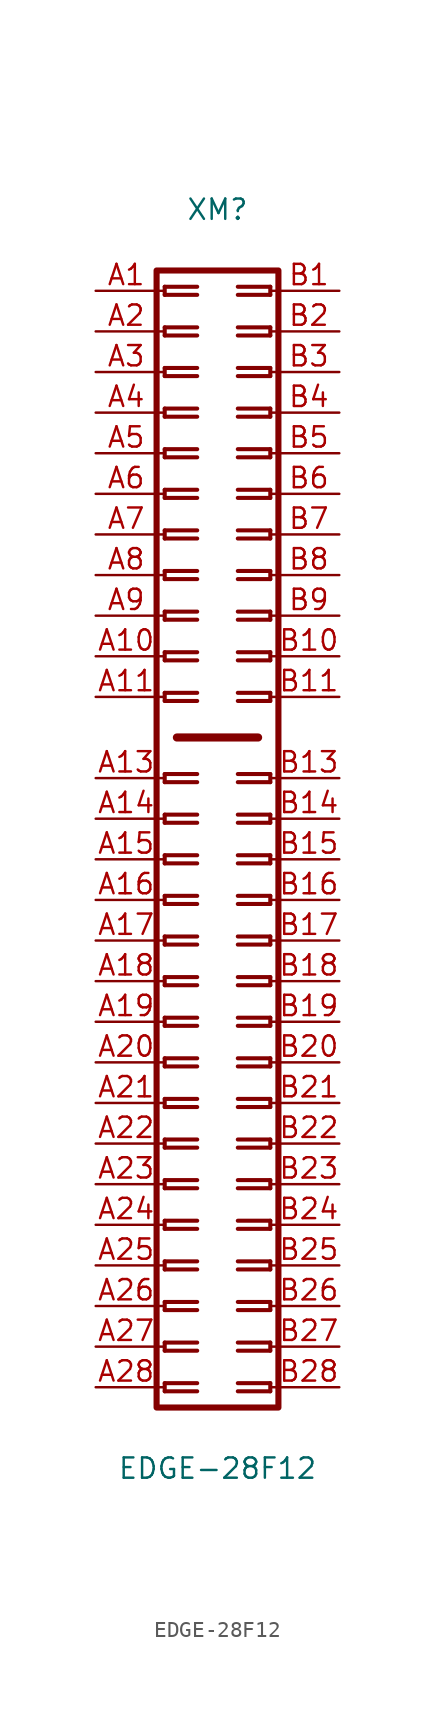
<source format=kicad_sym>
(kicad_symbol_lib
  (version 20231120)
  (generator "kicad_symbol_editor")
  (generator_version "8.0")
  (symbol "EDGE-28F12"
    (pin_names
      (offset 1.016))
    (property "Reference" "XM"
      (at 0 39.37 0)
      (effects (font (size 1.27 1.27))))
    (property "Value" "EDGE-28F12"
      (at 0 -39.37 0)
      (effects (font (size 1.27 1.27))))
    (symbol "EDGE-28F12_0_0"
      (polyline (pts (xy -2.54 6.35) (xy 2.54 6.35)) (stroke (width 0.508) (type default)) (fill (type none))))
    (symbol "EDGE-28F12_0_1"
      (rectangle (start -3.81 35.56) (end 3.81 -35.56) (stroke (width 0.381) (type default)) (fill (type none)))
      (polyline (pts (xy -3.81 -34.29) (xy -3.302 -34.29)) (stroke (width 0) (type default)) (fill (type none)))
      (polyline (pts (xy -3.81 -31.75) (xy -3.302 -31.75)) (stroke (width 0) (type default)) (fill (type none)))
      (polyline (pts (xy -3.81 -29.21) (xy -3.302 -29.21)) (stroke (width 0) (type default)) (fill (type none)))
      (polyline (pts (xy -3.81 -26.67) (xy -3.302 -26.67)) (stroke (width 0) (type default)) (fill (type none)))
      (polyline (pts (xy -3.81 -24.13) (xy -3.302 -24.13)) (stroke (width 0) (type default)) (fill (type none)))
      (polyline (pts (xy -3.81 -21.59) (xy -3.302 -21.59)) (stroke (width 0) (type default)) (fill (type none)))
      (polyline (pts (xy -3.81 -19.05) (xy -3.302 -19.05)) (stroke (width 0) (type default)) (fill (type none)))
      (polyline (pts (xy -3.81 -16.51) (xy -3.302 -16.51)) (stroke (width 0) (type default)) (fill (type none)))
      (polyline (pts (xy -3.81 -13.97) (xy -3.302 -13.97)) (stroke (width 0) (type default)) (fill (type none)))
      (polyline (pts (xy -3.81 -11.43) (xy -3.302 -11.43)) (stroke (width 0) (type default)) (fill (type none)))
      (polyline (pts (xy -3.81 -8.89) (xy -3.302 -8.89)) (stroke (width 0) (type default)) (fill (type none)))
      (polyline (pts (xy -3.81 -6.35) (xy -3.302 -6.35)) (stroke (width 0) (type default)) (fill (type none)))
      (polyline (pts (xy -3.81 -3.81) (xy -3.302 -3.81)) (stroke (width 0) (type default)) (fill (type none)))
      (polyline (pts (xy -3.81 -1.27) (xy -3.302 -1.27)) (stroke (width 0) (type default)) (fill (type none)))
      (polyline (pts (xy -3.81 1.27) (xy -3.302 1.27)) (stroke (width 0) (type default)) (fill (type none)))
      (polyline (pts (xy -3.81 3.81) (xy -3.302 3.81)) (stroke (width 0) (type default)) (fill (type none)))
      (polyline (pts (xy -3.81 8.89) (xy -3.302 8.89)) (stroke (width 0) (type default)) (fill (type none)))
      (polyline (pts (xy -3.81 11.43) (xy -3.302 11.43)) (stroke (width 0) (type default)) (fill (type none)))
      (polyline (pts (xy -3.81 13.97) (xy -3.302 13.97)) (stroke (width 0) (type default)) (fill (type none)))
      (polyline (pts (xy -3.81 16.51) (xy -3.302 16.51)) (stroke (width 0) (type default)) (fill (type none)))
      (polyline (pts (xy -3.81 19.05) (xy -3.302 19.05)) (stroke (width 0) (type default)) (fill (type none)))
      (polyline (pts (xy -3.81 21.59) (xy -3.302 21.59)) (stroke (width 0) (type default)) (fill (type none)))
      (polyline (pts (xy -3.81 24.13) (xy -3.302 24.13)) (stroke (width 0) (type default)) (fill (type none)))
      (polyline (pts (xy -3.81 26.67) (xy -3.302 26.67)) (stroke (width 0) (type default)) (fill (type none)))
      (polyline (pts (xy -3.81 29.21) (xy -3.302 29.21)) (stroke (width 0) (type default)) (fill (type none)))
      (polyline (pts (xy -3.81 31.75) (xy -3.302 31.75)) (stroke (width 0) (type default)) (fill (type none)))
      (polyline (pts (xy -3.81 34.29) (xy -3.302 34.29)) (stroke (width 0) (type default)) (fill (type none)))
      (polyline (pts (xy -3.302 -34.544) (xy -3.302 -34.036)) (stroke (width 0.254) (type default)) (fill (type none)))
      (polyline (pts (xy -3.302 -34.544) (xy -1.27 -34.544)) (stroke (width 0.254) (type default)) (fill (type none)))
      (polyline (pts (xy -3.302 -34.036) (xy -1.27 -34.036)) (stroke (width 0.254) (type default)) (fill (type none)))
      (polyline (pts (xy -3.302 -32.004) (xy -3.302 -31.496)) (stroke (width 0.254) (type default)) (fill (type none)))
      (polyline (pts (xy -3.302 -32.004) (xy -1.27 -32.004)) (stroke (width 0.254) (type default)) (fill (type none)))
      (polyline (pts (xy -3.302 -31.496) (xy -1.27 -31.496)) (stroke (width 0.254) (type default)) (fill (type none)))
      (polyline (pts (xy -3.302 -29.464) (xy -3.302 -28.956)) (stroke (width 0.254) (type default)) (fill (type none)))
      (polyline (pts (xy -3.302 -29.464) (xy -1.27 -29.464)) (stroke (width 0.254) (type default)) (fill (type none)))
      (polyline (pts (xy -3.302 -28.956) (xy -1.27 -28.956)) (stroke (width 0.254) (type default)) (fill (type none)))
      (polyline (pts (xy -3.302 -26.924) (xy -3.302 -26.416)) (stroke (width 0.254) (type default)) (fill (type none)))
      (polyline (pts (xy -3.302 -26.924) (xy -1.27 -26.924)) (stroke (width 0.254) (type default)) (fill (type none)))
      (polyline (pts (xy -3.302 -26.416) (xy -1.27 -26.416)) (stroke (width 0.254) (type default)) (fill (type none)))
      (polyline (pts (xy -3.302 -24.384) (xy -3.302 -23.876)) (stroke (width 0.254) (type default)) (fill (type none)))
      (polyline (pts (xy -3.302 -24.384) (xy -1.27 -24.384)) (stroke (width 0.254) (type default)) (fill (type none)))
      (polyline (pts (xy -3.302 -23.876) (xy -1.27 -23.876)) (stroke (width 0.254) (type default)) (fill (type none)))
      (polyline (pts (xy -3.302 -21.844) (xy -3.302 -21.336)) (stroke (width 0.254) (type default)) (fill (type none)))
      (polyline (pts (xy -3.302 -21.844) (xy -1.27 -21.844)) (stroke (width 0.254) (type default)) (fill (type none)))
      (polyline (pts (xy -3.302 -21.336) (xy -1.27 -21.336)) (stroke (width 0.254) (type default)) (fill (type none)))
      (polyline (pts (xy -3.302 -19.304) (xy -3.302 -18.796)) (stroke (width 0.254) (type default)) (fill (type none)))
      (polyline (pts (xy -3.302 -19.304) (xy -1.27 -19.304)) (stroke (width 0.254) (type default)) (fill (type none)))
      (polyline (pts (xy -3.302 -18.796) (xy -1.27 -18.796)) (stroke (width 0.254) (type default)) (fill (type none)))
      (polyline (pts (xy -3.302 -16.764) (xy -3.302 -16.256)) (stroke (width 0.254) (type default)) (fill (type none)))
      (polyline (pts (xy -3.302 -16.764) (xy -1.27 -16.764)) (stroke (width 0.254) (type default)) (fill (type none)))
      (polyline (pts (xy -3.302 -16.256) (xy -1.27 -16.256)) (stroke (width 0.254) (type default)) (fill (type none)))
      (polyline (pts (xy -3.302 -14.224) (xy -3.302 -13.716)) (stroke (width 0.254) (type default)) (fill (type none)))
      (polyline (pts (xy -3.302 -14.224) (xy -1.27 -14.224)) (stroke (width 0.254) (type default)) (fill (type none)))
      (polyline (pts (xy -3.302 -13.716) (xy -1.27 -13.716)) (stroke (width 0.254) (type default)) (fill (type none)))
      (polyline (pts (xy -3.302 -11.684) (xy -3.302 -11.176)) (stroke (width 0.254) (type default)) (fill (type none)))
      (polyline (pts (xy -3.302 -11.684) (xy -1.27 -11.684)) (stroke (width 0.254) (type default)) (fill (type none)))
      (polyline (pts (xy -3.302 -11.176) (xy -1.27 -11.176)) (stroke (width 0.254) (type default)) (fill (type none)))
      (polyline (pts (xy -3.302 -9.144) (xy -3.302 -8.636)) (stroke (width 0.254) (type default)) (fill (type none)))
      (polyline (pts (xy -3.302 -9.144) (xy -1.27 -9.144)) (stroke (width 0.254) (type default)) (fill (type none)))
      (polyline (pts (xy -3.302 -8.636) (xy -1.27 -8.636)) (stroke (width 0.254) (type default)) (fill (type none)))
      (polyline (pts (xy -3.302 -6.604) (xy -3.302 -6.096)) (stroke (width 0.254) (type default)) (fill (type none)))
      (polyline (pts (xy -3.302 -6.604) (xy -1.27 -6.604)) (stroke (width 0.254) (type default)) (fill (type none)))
      (polyline (pts (xy -3.302 -6.096) (xy -1.27 -6.096)) (stroke (width 0.254) (type default)) (fill (type none)))
      (polyline (pts (xy -3.302 -4.064) (xy -3.302 -3.556)) (stroke (width 0.254) (type default)) (fill (type none)))
      (polyline (pts (xy -3.302 -4.064) (xy -1.27 -4.064)) (stroke (width 0.254) (type default)) (fill (type none)))
      (polyline (pts (xy -3.302 -3.556) (xy -1.27 -3.556)) (stroke (width 0.254) (type default)) (fill (type none)))
      (polyline (pts (xy -3.302 -1.524) (xy -3.302 -1.016)) (stroke (width 0.254) (type default)) (fill (type none)))
      (polyline (pts (xy -3.302 -1.524) (xy -1.27 -1.524)) (stroke (width 0.254) (type default)) (fill (type none)))
      (polyline (pts (xy -3.302 -1.016) (xy -1.27 -1.016)) (stroke (width 0.254) (type default)) (fill (type none)))
      (polyline (pts (xy -3.302 1.016) (xy -3.302 1.524)) (stroke (width 0.254) (type default)) (fill (type none)))
      (polyline (pts (xy -3.302 1.016) (xy -1.27 1.016)) (stroke (width 0.254) (type default)) (fill (type none)))
      (polyline (pts (xy -3.302 1.524) (xy -1.27 1.524)) (stroke (width 0.254) (type default)) (fill (type none)))
      (polyline (pts (xy -3.302 3.556) (xy -3.302 4.064)) (stroke (width 0.254) (type default)) (fill (type none)))
      (polyline (pts (xy -3.302 3.556) (xy -1.27 3.556)) (stroke (width 0.254) (type default)) (fill (type none)))
      (polyline (pts (xy -3.302 4.064) (xy -1.27 4.064)) (stroke (width 0.254) (type default)) (fill (type none)))
      (polyline (pts (xy -3.302 8.636) (xy -3.302 9.144)) (stroke (width 0.254) (type default)) (fill (type none)))
      (polyline (pts (xy -3.302 8.636) (xy -1.27 8.636)) (stroke (width 0.254) (type default)) (fill (type none)))
      (polyline (pts (xy -3.302 9.144) (xy -1.27 9.144)) (stroke (width 0.254) (type default)) (fill (type none)))
      (polyline (pts (xy -3.302 11.176) (xy -3.302 11.684)) (stroke (width 0.254) (type default)) (fill (type none)))
      (polyline (pts (xy -3.302 11.176) (xy -1.27 11.176)) (stroke (width 0.254) (type default)) (fill (type none)))
      (polyline (pts (xy -3.302 11.684) (xy -1.27 11.684)) (stroke (width 0.254) (type default)) (fill (type none)))
      (polyline (pts (xy -3.302 13.716) (xy -3.302 14.224)) (stroke (width 0.254) (type default)) (fill (type none)))
      (polyline (pts (xy -3.302 13.716) (xy -1.27 13.716)) (stroke (width 0.254) (type default)) (fill (type none)))
      (polyline (pts (xy -3.302 14.224) (xy -1.27 14.224)) (stroke (width 0.254) (type default)) (fill (type none)))
      (polyline (pts (xy -3.302 16.256) (xy -3.302 16.764)) (stroke (width 0.254) (type default)) (fill (type none)))
      (polyline (pts (xy -3.302 16.256) (xy -1.27 16.256)) (stroke (width 0.254) (type default)) (fill (type none)))
      (polyline (pts (xy -3.302 16.764) (xy -1.27 16.764)) (stroke (width 0.254) (type default)) (fill (type none)))
      (polyline (pts (xy -3.302 18.796) (xy -3.302 19.304)) (stroke (width 0.254) (type default)) (fill (type none)))
      (polyline (pts (xy -3.302 18.796) (xy -1.27 18.796)) (stroke (width 0.254) (type default)) (fill (type none)))
      (polyline (pts (xy -3.302 19.304) (xy -1.27 19.304)) (stroke (width 0.254) (type default)) (fill (type none)))
      (polyline (pts (xy -3.302 21.336) (xy -3.302 21.844)) (stroke (width 0.254) (type default)) (fill (type none)))
      (polyline (pts (xy -3.302 21.336) (xy -1.27 21.336)) (stroke (width 0.254) (type default)) (fill (type none)))
      (polyline (pts (xy -3.302 21.844) (xy -1.27 21.844)) (stroke (width 0.254) (type default)) (fill (type none)))
      (polyline (pts (xy -3.302 23.876) (xy -3.302 24.384)) (stroke (width 0.254) (type default)) (fill (type none)))
      (polyline (pts (xy -3.302 23.876) (xy -1.27 23.876)) (stroke (width 0.254) (type default)) (fill (type none)))
      (polyline (pts (xy -3.302 24.384) (xy -1.27 24.384)) (stroke (width 0.254) (type default)) (fill (type none)))
      (polyline (pts (xy -3.302 26.416) (xy -3.302 26.924)) (stroke (width 0.254) (type default)) (fill (type none)))
      (polyline (pts (xy -3.302 26.416) (xy -1.27 26.416)) (stroke (width 0.254) (type default)) (fill (type none)))
      (polyline (pts (xy -3.302 26.924) (xy -1.27 26.924)) (stroke (width 0.254) (type default)) (fill (type none)))
      (polyline (pts (xy -3.302 28.956) (xy -3.302 29.464)) (stroke (width 0.254) (type default)) (fill (type none)))
      (polyline (pts (xy -3.302 28.956) (xy -1.27 28.956)) (stroke (width 0.254) (type default)) (fill (type none)))
      (polyline (pts (xy -3.302 29.464) (xy -1.27 29.464)) (stroke (width 0.254) (type default)) (fill (type none)))
      (polyline (pts (xy -3.302 31.496) (xy -3.302 32.004)) (stroke (width 0.254) (type default)) (fill (type none)))
      (polyline (pts (xy -3.302 31.496) (xy -1.27 31.496)) (stroke (width 0.254) (type default)) (fill (type none)))
      (polyline (pts (xy -3.302 32.004) (xy -1.27 32.004)) (stroke (width 0.254) (type default)) (fill (type none)))
      (polyline (pts (xy -3.302 34.036) (xy -3.302 34.544)) (stroke (width 0.254) (type default)) (fill (type none)))
      (polyline (pts (xy -3.302 34.036) (xy -1.27 34.036)) (stroke (width 0.254) (type default)) (fill (type none)))
      (polyline (pts (xy -3.302 34.544) (xy -1.27 34.544)) (stroke (width 0.254) (type default)) (fill (type none)))
      (polyline (pts (xy 3.302 -34.544) (xy 1.27 -34.544)) (stroke (width 0.254) (type default)) (fill (type none)))
      (polyline (pts (xy 3.302 -34.544) (xy 3.302 -34.036)) (stroke (width 0.254) (type default)) (fill (type none)))
      (polyline (pts (xy 3.302 -34.036) (xy 1.27 -34.036)) (stroke (width 0.254) (type default)) (fill (type none)))
      (polyline (pts (xy 3.302 -32.004) (xy 1.27 -32.004)) (stroke (width 0.254) (type default)) (fill (type none)))
      (polyline (pts (xy 3.302 -32.004) (xy 3.302 -31.496)) (stroke (width 0.254) (type default)) (fill (type none)))
      (polyline (pts (xy 3.302 -31.496) (xy 1.27 -31.496)) (stroke (width 0.254) (type default)) (fill (type none)))
      (polyline (pts (xy 3.302 -29.464) (xy 1.27 -29.464)) (stroke (width 0.254) (type default)) (fill (type none)))
      (polyline (pts (xy 3.302 -29.464) (xy 3.302 -28.956)) (stroke (width 0.254) (type default)) (fill (type none)))
      (polyline (pts (xy 3.302 -28.956) (xy 1.27 -28.956)) (stroke (width 0.254) (type default)) (fill (type none)))
      (polyline (pts (xy 3.302 -26.924) (xy 1.27 -26.924)) (stroke (width 0.254) (type default)) (fill (type none)))
      (polyline (pts (xy 3.302 -26.924) (xy 3.302 -26.416)) (stroke (width 0.254) (type default)) (fill (type none)))
      (polyline (pts (xy 3.302 -26.416) (xy 1.27 -26.416)) (stroke (width 0.254) (type default)) (fill (type none)))
      (polyline (pts (xy 3.302 -24.384) (xy 1.27 -24.384)) (stroke (width 0.254) (type default)) (fill (type none)))
      (polyline (pts (xy 3.302 -24.384) (xy 3.302 -23.876)) (stroke (width 0.254) (type default)) (fill (type none)))
      (polyline (pts (xy 3.302 -23.876) (xy 1.27 -23.876)) (stroke (width 0.254) (type default)) (fill (type none)))
      (polyline (pts (xy 3.302 -21.844) (xy 1.27 -21.844)) (stroke (width 0.254) (type default)) (fill (type none)))
      (polyline (pts (xy 3.302 -21.844) (xy 3.302 -21.336)) (stroke (width 0.254) (type default)) (fill (type none)))
      (polyline (pts (xy 3.302 -21.336) (xy 1.27 -21.336)) (stroke (width 0.254) (type default)) (fill (type none)))
      (polyline (pts (xy 3.302 -19.304) (xy 1.27 -19.304)) (stroke (width 0.254) (type default)) (fill (type none)))
      (polyline (pts (xy 3.302 -19.304) (xy 3.302 -18.796)) (stroke (width 0.254) (type default)) (fill (type none)))
      (polyline (pts (xy 3.302 -18.796) (xy 1.27 -18.796)) (stroke (width 0.254) (type default)) (fill (type none)))
      (polyline (pts (xy 3.302 -16.764) (xy 1.27 -16.764)) (stroke (width 0.254) (type default)) (fill (type none)))
      (polyline (pts (xy 3.302 -16.764) (xy 3.302 -16.256)) (stroke (width 0.254) (type default)) (fill (type none)))
      (polyline (pts (xy 3.302 -16.256) (xy 1.27 -16.256)) (stroke (width 0.254) (type default)) (fill (type none)))
      (polyline (pts (xy 3.302 -14.224) (xy 1.27 -14.224)) (stroke (width 0.254) (type default)) (fill (type none)))
      (polyline (pts (xy 3.302 -14.224) (xy 3.302 -13.716)) (stroke (width 0.254) (type default)) (fill (type none)))
      (polyline (pts (xy 3.302 -13.716) (xy 1.27 -13.716)) (stroke (width 0.254) (type default)) (fill (type none)))
      (polyline (pts (xy 3.302 -11.684) (xy 1.27 -11.684)) (stroke (width 0.254) (type default)) (fill (type none)))
      (polyline (pts (xy 3.302 -11.684) (xy 3.302 -11.176)) (stroke (width 0.254) (type default)) (fill (type none)))
      (polyline (pts (xy 3.302 -11.176) (xy 1.27 -11.176)) (stroke (width 0.254) (type default)) (fill (type none)))
      (polyline (pts (xy 3.302 -9.144) (xy 1.27 -9.144)) (stroke (width 0.254) (type default)) (fill (type none)))
      (polyline (pts (xy 3.302 -9.144) (xy 3.302 -8.636)) (stroke (width 0.254) (type default)) (fill (type none)))
      (polyline (pts (xy 3.302 -8.636) (xy 1.27 -8.636)) (stroke (width 0.254) (type default)) (fill (type none)))
      (polyline (pts (xy 3.302 -6.604) (xy 1.27 -6.604)) (stroke (width 0.254) (type default)) (fill (type none)))
      (polyline (pts (xy 3.302 -6.604) (xy 3.302 -6.096)) (stroke (width 0.254) (type default)) (fill (type none)))
      (polyline (pts (xy 3.302 -6.096) (xy 1.27 -6.096)) (stroke (width 0.254) (type default)) (fill (type none)))
      (polyline (pts (xy 3.302 -4.064) (xy 1.27 -4.064)) (stroke (width 0.254) (type default)) (fill (type none)))
      (polyline (pts (xy 3.302 -4.064) (xy 3.302 -3.556)) (stroke (width 0.254) (type default)) (fill (type none)))
      (polyline (pts (xy 3.302 -3.556) (xy 1.27 -3.556)) (stroke (width 0.254) (type default)) (fill (type none)))
      (polyline (pts (xy 3.302 -1.524) (xy 1.27 -1.524)) (stroke (width 0.254) (type default)) (fill (type none)))
      (polyline (pts (xy 3.302 -1.524) (xy 3.302 -1.016)) (stroke (width 0.254) (type default)) (fill (type none)))
      (polyline (pts (xy 3.302 -1.016) (xy 1.27 -1.016)) (stroke (width 0.254) (type default)) (fill (type none)))
      (polyline (pts (xy 3.302 1.016) (xy 1.27 1.016)) (stroke (width 0.254) (type default)) (fill (type none)))
      (polyline (pts (xy 3.302 1.016) (xy 3.302 1.524)) (stroke (width 0.254) (type default)) (fill (type none)))
      (polyline (pts (xy 3.302 1.524) (xy 1.27 1.524)) (stroke (width 0.254) (type default)) (fill (type none)))
      (polyline (pts (xy 3.302 3.556) (xy 1.27 3.556)) (stroke (width 0.254) (type default)) (fill (type none)))
      (polyline (pts (xy 3.302 3.556) (xy 3.302 4.064)) (stroke (width 0.254) (type default)) (fill (type none)))
      (polyline (pts (xy 3.302 4.064) (xy 1.27 4.064)) (stroke (width 0.254) (type default)) (fill (type none)))
      (polyline (pts (xy 3.302 8.636) (xy 1.27 8.636)) (stroke (width 0.254) (type default)) (fill (type none)))
      (polyline (pts (xy 3.302 8.636) (xy 3.302 9.144)) (stroke (width 0.254) (type default)) (fill (type none)))
      (polyline (pts (xy 3.302 9.144) (xy 1.27 9.144)) (stroke (width 0.254) (type default)) (fill (type none)))
      (polyline (pts (xy 3.302 11.176) (xy 1.27 11.176)) (stroke (width 0.254) (type default)) (fill (type none)))
      (polyline (pts (xy 3.302 11.176) (xy 3.302 11.684)) (stroke (width 0.254) (type default)) (fill (type none)))
      (polyline (pts (xy 3.302 11.684) (xy 1.27 11.684)) (stroke (width 0.254) (type default)) (fill (type none)))
      (polyline (pts (xy 3.302 13.716) (xy 1.27 13.716)) (stroke (width 0.254) (type default)) (fill (type none)))
      (polyline (pts (xy 3.302 13.716) (xy 3.302 14.224)) (stroke (width 0.254) (type default)) (fill (type none)))
      (polyline (pts (xy 3.302 14.224) (xy 1.27 14.224)) (stroke (width 0.254) (type default)) (fill (type none)))
      (polyline (pts (xy 3.302 16.256) (xy 1.27 16.256)) (stroke (width 0.254) (type default)) (fill (type none)))
      (polyline (pts (xy 3.302 16.256) (xy 3.302 16.764)) (stroke (width 0.254) (type default)) (fill (type none)))
      (polyline (pts (xy 3.302 16.764) (xy 1.27 16.764)) (stroke (width 0.254) (type default)) (fill (type none)))
      (polyline (pts (xy 3.302 18.796) (xy 1.27 18.796)) (stroke (width 0.254) (type default)) (fill (type none)))
      (polyline (pts (xy 3.302 18.796) (xy 3.302 19.304)) (stroke (width 0.254) (type default)) (fill (type none)))
      (polyline (pts (xy 3.302 19.304) (xy 1.27 19.304)) (stroke (width 0.254) (type default)) (fill (type none)))
      (polyline (pts (xy 3.302 21.336) (xy 1.27 21.336)) (stroke (width 0.254) (type default)) (fill (type none)))
      (polyline (pts (xy 3.302 21.336) (xy 3.302 21.844)) (stroke (width 0.254) (type default)) (fill (type none)))
      (polyline (pts (xy 3.302 21.844) (xy 1.27 21.844)) (stroke (width 0.254) (type default)) (fill (type none)))
      (polyline (pts (xy 3.302 23.876) (xy 1.27 23.876)) (stroke (width 0.254) (type default)) (fill (type none)))
      (polyline (pts (xy 3.302 23.876) (xy 3.302 24.384)) (stroke (width 0.254) (type default)) (fill (type none)))
      (polyline (pts (xy 3.302 24.384) (xy 1.27 24.384)) (stroke (width 0.254) (type default)) (fill (type none)))
      (polyline (pts (xy 3.302 26.416) (xy 1.27 26.416)) (stroke (width 0.254) (type default)) (fill (type none)))
      (polyline (pts (xy 3.302 26.416) (xy 3.302 26.924)) (stroke (width 0.254) (type default)) (fill (type none)))
      (polyline (pts (xy 3.302 26.924) (xy 1.27 26.924)) (stroke (width 0.254) (type default)) (fill (type none)))
      (polyline (pts (xy 3.302 28.956) (xy 1.27 28.956)) (stroke (width 0.254) (type default)) (fill (type none)))
      (polyline (pts (xy 3.302 28.956) (xy 3.302 29.464)) (stroke (width 0.254) (type default)) (fill (type none)))
      (polyline (pts (xy 3.302 29.464) (xy 1.27 29.464)) (stroke (width 0.254) (type default)) (fill (type none)))
      (polyline (pts (xy 3.302 31.496) (xy 1.27 31.496)) (stroke (width 0.254) (type default)) (fill (type none)))
      (polyline (pts (xy 3.302 31.496) (xy 3.302 32.004)) (stroke (width 0.254) (type default)) (fill (type none)))
      (polyline (pts (xy 3.302 32.004) (xy 1.27 32.004)) (stroke (width 0.254) (type default)) (fill (type none)))
      (polyline (pts (xy 3.302 34.036) (xy 1.27 34.036)) (stroke (width 0.254) (type default)) (fill (type none)))
      (polyline (pts (xy 3.302 34.036) (xy 3.302 34.544)) (stroke (width 0.254) (type default)) (fill (type none)))
      (polyline (pts (xy 3.302 34.544) (xy 1.27 34.544)) (stroke (width 0.254) (type default)) (fill (type none)))
      (polyline (pts (xy 3.81 -34.29) (xy 3.302 -34.29)) (stroke (width 0) (type default)) (fill (type none)))
      (polyline (pts (xy 3.81 -31.75) (xy 3.302 -31.75)) (stroke (width 0) (type default)) (fill (type none)))
      (polyline (pts (xy 3.81 -29.21) (xy 3.302 -29.21)) (stroke (width 0) (type default)) (fill (type none)))
      (polyline (pts (xy 3.81 -26.67) (xy 3.302 -26.67)) (stroke (width 0) (type default)) (fill (type none)))
      (polyline (pts (xy 3.81 -24.13) (xy 3.302 -24.13)) (stroke (width 0) (type default)) (fill (type none)))
      (polyline (pts (xy 3.81 -21.59) (xy 3.302 -21.59)) (stroke (width 0) (type default)) (fill (type none)))
      (polyline (pts (xy 3.81 -19.05) (xy 3.302 -19.05)) (stroke (width 0) (type default)) (fill (type none)))
      (polyline (pts (xy 3.81 -16.51) (xy 3.302 -16.51)) (stroke (width 0) (type default)) (fill (type none)))
      (polyline (pts (xy 3.81 -13.97) (xy 3.302 -13.97)) (stroke (width 0) (type default)) (fill (type none)))
      (polyline (pts (xy 3.81 -11.43) (xy 3.302 -11.43)) (stroke (width 0) (type default)) (fill (type none)))
      (polyline (pts (xy 3.81 -8.89) (xy 3.302 -8.89)) (stroke (width 0) (type default)) (fill (type none)))
      (polyline (pts (xy 3.81 -6.35) (xy 3.302 -6.35)) (stroke (width 0) (type default)) (fill (type none)))
      (polyline (pts (xy 3.81 -3.81) (xy 3.302 -3.81)) (stroke (width 0) (type default)) (fill (type none)))
      (polyline (pts (xy 3.81 -1.27) (xy 3.302 -1.27)) (stroke (width 0) (type default)) (fill (type none)))
      (polyline (pts (xy 3.81 1.27) (xy 3.302 1.27)) (stroke (width 0) (type default)) (fill (type none)))
      (polyline (pts (xy 3.81 3.81) (xy 3.302 3.81)) (stroke (width 0) (type default)) (fill (type none)))
      (polyline (pts (xy 3.81 8.89) (xy 3.302 8.89)) (stroke (width 0) (type default)) (fill (type none)))
      (polyline (pts (xy 3.81 11.43) (xy 3.302 11.43)) (stroke (width 0) (type default)) (fill (type none)))
      (polyline (pts (xy 3.81 13.97) (xy 3.302 13.97)) (stroke (width 0) (type default)) (fill (type none)))
      (polyline (pts (xy 3.81 16.51) (xy 3.302 16.51)) (stroke (width 0) (type default)) (fill (type none)))
      (polyline (pts (xy 3.81 19.05) (xy 3.302 19.05)) (stroke (width 0) (type default)) (fill (type none)))
      (polyline (pts (xy 3.81 21.59) (xy 3.302 21.59)) (stroke (width 0) (type default)) (fill (type none)))
      (polyline (pts (xy 3.81 24.13) (xy 3.302 24.13)) (stroke (width 0) (type default)) (fill (type none)))
      (polyline (pts (xy 3.81 26.67) (xy 3.302 26.67)) (stroke (width 0) (type default)) (fill (type none)))
      (polyline (pts (xy 3.81 29.21) (xy 3.302 29.21)) (stroke (width 0) (type default)) (fill (type none)))
      (polyline (pts (xy 3.81 31.75) (xy 3.302 31.75)) (stroke (width 0) (type default)) (fill (type none)))
      (polyline (pts (xy 3.81 34.29) (xy 3.302 34.29)) (stroke (width 0) (type default)) (fill (type none))))
    (symbol "EDGE-28F12_1_1"
      (pin passive line (at -7.62 34.29 0) (length 3.81) (name "~" (effects (font (size 1.27 1.27)))) (number "A1" (effects (font (size 1.27 1.27)))))
      (pin passive line (at -7.62 11.43 0) (length 3.81) (name "~" (effects (font (size 1.27 1.27)))) (number "A10" (effects (font (size 1.27 1.27)))))
      (pin passive line (at -7.62 8.89 0) (length 3.81) (name "~" (effects (font (size 1.27 1.27)))) (number "A11" (effects (font (size 1.27 1.27)))))
      (pin passive line (at -7.62 3.81 0) (length 3.81) (name "~" (effects (font (size 1.27 1.27)))) (number "A13" (effects (font (size 1.27 1.27)))))
      (pin passive line (at -7.62 1.27 0) (length 3.81) (name "~" (effects (font (size 1.27 1.27)))) (number "A14" (effects (font (size 1.27 1.27)))))
      (pin passive line (at -7.62 -1.27 0) (length 3.81) (name "~" (effects (font (size 1.27 1.27)))) (number "A15" (effects (font (size 1.27 1.27)))))
      (pin passive line (at -7.62 -3.81 0) (length 3.81) (name "~" (effects (font (size 1.27 1.27)))) (number "A16" (effects (font (size 1.27 1.27)))))
      (pin passive line (at -7.62 -6.35 0) (length 3.81) (name "~" (effects (font (size 1.27 1.27)))) (number "A17" (effects (font (size 1.27 1.27)))))
      (pin passive line (at -7.62 -8.89 0) (length 3.81) (name "~" (effects (font (size 1.27 1.27)))) (number "A18" (effects (font (size 1.27 1.27)))))
      (pin passive line (at -7.62 -11.43 0) (length 3.81) (name "~" (effects (font (size 1.27 1.27)))) (number "A19" (effects (font (size 1.27 1.27)))))
      (pin passive line (at -7.62 31.75 0) (length 3.81) (name "~" (effects (font (size 1.27 1.27)))) (number "A2" (effects (font (size 1.27 1.27)))))
      (pin passive line (at -7.62 -13.97 0) (length 3.81) (name "~" (effects (font (size 1.27 1.27)))) (number "A20" (effects (font (size 1.27 1.27)))))
      (pin passive line (at -7.62 -16.51 0) (length 3.81) (name "~" (effects (font (size 1.27 1.27)))) (number "A21" (effects (font (size 1.27 1.27)))))
      (pin passive line (at -7.62 -19.05 0) (length 3.81) (name "~" (effects (font (size 1.27 1.27)))) (number "A22" (effects (font (size 1.27 1.27)))))
      (pin passive line (at -7.62 -21.59 0) (length 3.81) (name "~" (effects (font (size 1.27 1.27)))) (number "A23" (effects (font (size 1.27 1.27)))))
      (pin passive line (at -7.62 -24.13 0) (length 3.81) (name "~" (effects (font (size 1.27 1.27)))) (number "A24" (effects (font (size 1.27 1.27)))))
      (pin passive line (at -7.62 -26.67 0) (length 3.81) (name "~" (effects (font (size 1.27 1.27)))) (number "A25" (effects (font (size 1.27 1.27)))))
      (pin passive line (at -7.62 -29.21 0) (length 3.81) (name "~" (effects (font (size 1.27 1.27)))) (number "A26" (effects (font (size 1.27 1.27)))))
      (pin passive line (at -7.62 -31.75 0) (length 3.81) (name "~" (effects (font (size 1.27 1.27)))) (number "A27" (effects (font (size 1.27 1.27)))))
      (pin passive line (at -7.62 -34.29 0) (length 3.81) (name "~" (effects (font (size 1.27 1.27)))) (number "A28" (effects (font (size 1.27 1.27)))))
      (pin passive line (at -7.62 29.21 0) (length 3.81) (name "~" (effects (font (size 1.27 1.27)))) (number "A3" (effects (font (size 1.27 1.27)))))
      (pin passive line (at -7.62 26.67 0) (length 3.81) (name "~" (effects (font (size 1.27 1.27)))) (number "A4" (effects (font (size 1.27 1.27)))))
      (pin passive line (at -7.62 24.13 0) (length 3.81) (name "~" (effects (font (size 1.27 1.27)))) (number "A5" (effects (font (size 1.27 1.27)))))
      (pin passive line (at -7.62 21.59 0) (length 3.81) (name "~" (effects (font (size 1.27 1.27)))) (number "A6" (effects (font (size 1.27 1.27)))))
      (pin passive line (at -7.62 19.05 0) (length 3.81) (name "~" (effects (font (size 1.27 1.27)))) (number "A7" (effects (font (size 1.27 1.27)))))
      (pin passive line (at -7.62 16.51 0) (length 3.81) (name "~" (effects (font (size 1.27 1.27)))) (number "A8" (effects (font (size 1.27 1.27)))))
      (pin passive line (at -7.62 13.97 0) (length 3.81) (name "~" (effects (font (size 1.27 1.27)))) (number "A9" (effects (font (size 1.27 1.27)))))
      (pin passive line (at 7.62 34.29 180) (length 3.81) (name "~" (effects (font (size 1.27 1.27)))) (number "B1" (effects (font (size 1.27 1.27)))))
      (pin passive line (at 7.62 11.43 180) (length 3.81) (name "~" (effects (font (size 1.27 1.27)))) (number "B10" (effects (font (size 1.27 1.27)))))
      (pin passive line (at 7.62 8.89 180) (length 3.81) (name "~" (effects (font (size 1.27 1.27)))) (number "B11" (effects (font (size 1.27 1.27)))))
      (pin passive line (at 7.62 3.81 180) (length 3.81) (name "~" (effects (font (size 1.27 1.27)))) (number "B13" (effects (font (size 1.27 1.27)))))
      (pin passive line (at 7.62 1.27 180) (length 3.81) (name "~" (effects (font (size 1.27 1.27)))) (number "B14" (effects (font (size 1.27 1.27)))))
      (pin passive line (at 7.62 -1.27 180) (length 3.81) (name "~" (effects (font (size 1.27 1.27)))) (number "B15" (effects (font (size 1.27 1.27)))))
      (pin passive line (at 7.62 -3.81 180) (length 3.81) (name "~" (effects (font (size 1.27 1.27)))) (number "B16" (effects (font (size 1.27 1.27)))))
      (pin passive line (at 7.62 -6.35 180) (length 3.81) (name "~" (effects (font (size 1.27 1.27)))) (number "B17" (effects (font (size 1.27 1.27)))))
      (pin passive line (at 7.62 -8.89 180) (length 3.81) (name "~" (effects (font (size 1.27 1.27)))) (number "B18" (effects (font (size 1.27 1.27)))))
      (pin passive line (at 7.62 -11.43 180) (length 3.81) (name "~" (effects (font (size 1.27 1.27)))) (number "B19" (effects (font (size 1.27 1.27)))))
      (pin passive line (at 7.62 31.75 180) (length 3.81) (name "~" (effects (font (size 1.27 1.27)))) (number "B2" (effects (font (size 1.27 1.27)))))
      (pin passive line (at 7.62 -13.97 180) (length 3.81) (name "~" (effects (font (size 1.27 1.27)))) (number "B20" (effects (font (size 1.27 1.27)))))
      (pin passive line (at 7.62 -16.51 180) (length 3.81) (name "~" (effects (font (size 1.27 1.27)))) (number "B21" (effects (font (size 1.27 1.27)))))
      (pin passive line (at 7.62 -19.05 180) (length 3.81) (name "~" (effects (font (size 1.27 1.27)))) (number "B22" (effects (font (size 1.27 1.27)))))
      (pin passive line (at 7.62 -21.59 180) (length 3.81) (name "~" (effects (font (size 1.27 1.27)))) (number "B23" (effects (font (size 1.27 1.27)))))
      (pin passive line (at 7.62 -24.13 180) (length 3.81) (name "~" (effects (font (size 1.27 1.27)))) (number "B24" (effects (font (size 1.27 1.27)))))
      (pin passive line (at 7.62 -26.67 180) (length 3.81) (name "~" (effects (font (size 1.27 1.27)))) (number "B25" (effects (font (size 1.27 1.27)))))
      (pin passive line (at 7.62 -29.21 180) (length 3.81) (name "~" (effects (font (size 1.27 1.27)))) (number "B26" (effects (font (size 1.27 1.27)))))
      (pin passive line (at 7.62 -31.75 180) (length 3.81) (name "~" (effects (font (size 1.27 1.27)))) (number "B27" (effects (font (size 1.27 1.27)))))
      (pin passive line (at 7.62 -34.29 180) (length 3.81) (name "~" (effects (font (size 1.27 1.27)))) (number "B28" (effects (font (size 1.27 1.27)))))
      (pin passive line (at 7.62 29.21 180) (length 3.81) (name "~" (effects (font (size 1.27 1.27)))) (number "B3" (effects (font (size 1.27 1.27)))))
      (pin passive line (at 7.62 26.67 180) (length 3.81) (name "~" (effects (font (size 1.27 1.27)))) (number "B4" (effects (font (size 1.27 1.27)))))
      (pin passive line (at 7.62 24.13 180) (length 3.81) (name "~" (effects (font (size 1.27 1.27)))) (number "B5" (effects (font (size 1.27 1.27)))))
      (pin passive line (at 7.62 21.59 180) (length 3.81) (name "~" (effects (font (size 1.27 1.27)))) (number "B6" (effects (font (size 1.27 1.27)))))
      (pin passive line (at 7.62 19.05 180) (length 3.81) (name "~" (effects (font (size 1.27 1.27)))) (number "B7" (effects (font (size 1.27 1.27)))))
      (pin passive line (at 7.62 16.51 180) (length 3.81) (name "~" (effects (font (size 1.27 1.27)))) (number "B8" (effects (font (size 1.27 1.27)))))
      (pin passive line (at 7.62 13.97 180) (length 3.81) (name "~" (effects (font (size 1.27 1.27)))) (number "B9" (effects (font (size 1.27 1.27))))))))
</source>
